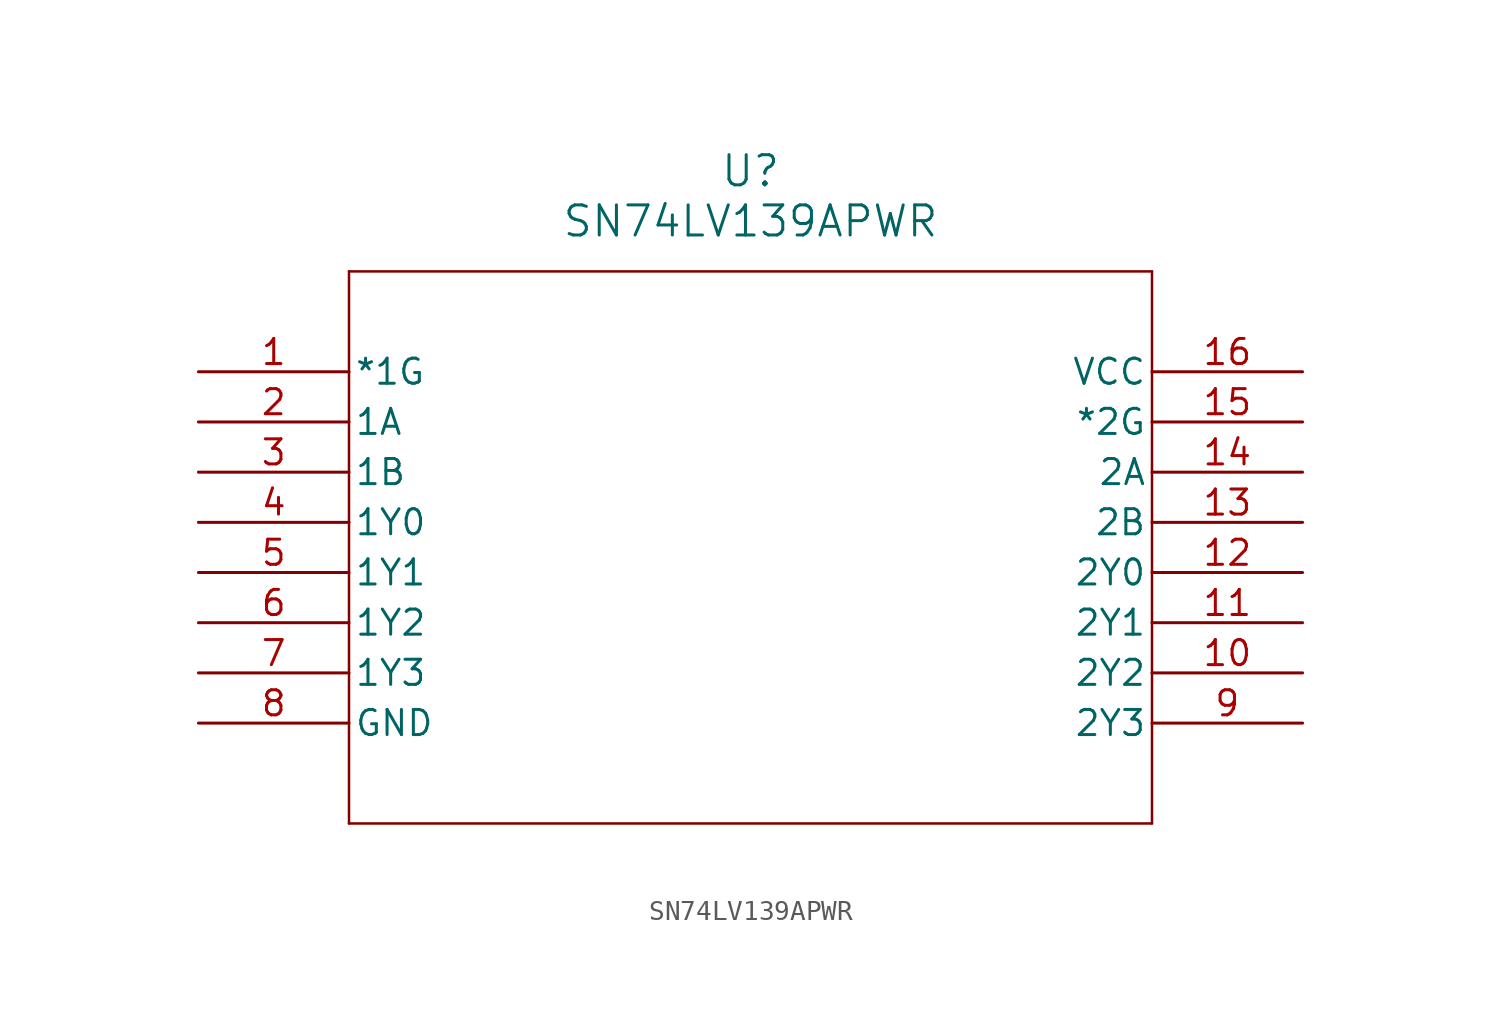
<source format=kicad_sym>
(kicad_symbol_lib
  (version 20211014)
  (generator kicad_symbol_editor)
  (symbol "SN74LV139APWR"
    (pin_names
      (offset 0.254))
    (property "Reference" "U"
      (at 27.94 10.16 0)
      (effects (font (size 1.524 1.524))))
    (property "Value" "SN74LV139APWR"
      (at 27.94 7.62 0)
      (effects (font (size 1.524 1.524))))
    (symbol "SN74LV139APWR_0_1"
      (polyline (pts (xy 7.62 5.08) (xy 7.62 -22.86)) (stroke (width 0.127) (type default) (color 0 0 0 0)) (fill (type none)))
      (polyline (pts (xy 7.62 -22.86) (xy 48.26 -22.86)) (stroke (width 0.127) (type default) (color 0 0 0 0)) (fill (type none)))
      (polyline (pts (xy 48.26 -22.86) (xy 48.26 5.08)) (stroke (width 0.127) (type default) (color 0 0 0 0)) (fill (type none)))
      (polyline (pts (xy 48.26 5.08) (xy 7.62 5.08)) (stroke (width 0.127) (type default) (color 0 0 0 0)) (fill (type none)))
      (pin input line (at 0 0 0) (length 7.62) (name "*1G" (effects (font (size 1.27 1.27)))) (number "1" (effects (font (size 1.27 1.27)))))
      (pin input line (at 0 -2.54 0) (length 7.62) (name "1A" (effects (font (size 1.27 1.27)))) (number "2" (effects (font (size 1.27 1.27)))))
      (pin input line (at 0 -5.08 0) (length 7.62) (name "1B" (effects (font (size 1.27 1.27)))) (number "3" (effects (font (size 1.27 1.27)))))
      (pin output line (at 0 -7.62 0) (length 7.62) (name "1Y0" (effects (font (size 1.27 1.27)))) (number "4" (effects (font (size 1.27 1.27)))))
      (pin output line (at 0 -10.16 0) (length 7.62) (name "1Y1" (effects (font (size 1.27 1.27)))) (number "5" (effects (font (size 1.27 1.27)))))
      (pin output line (at 0 -12.7 0) (length 7.62) (name "1Y2" (effects (font (size 1.27 1.27)))) (number "6" (effects (font (size 1.27 1.27)))))
      (pin output line (at 0 -15.24 0) (length 7.62) (name "1Y3" (effects (font (size 1.27 1.27)))) (number "7" (effects (font (size 1.27 1.27)))))
      (pin power_in line (at 0 -17.78 0) (length 7.62) (name "GND" (effects (font (size 1.27 1.27)))) (number "8" (effects (font (size 1.27 1.27)))))
      (pin output line (at 55.88 -17.78 180) (length 7.62) (name "2Y3" (effects (font (size 1.27 1.27)))) (number "9" (effects (font (size 1.27 1.27)))))
      (pin output line (at 55.88 -15.24 180) (length 7.62) (name "2Y2" (effects (font (size 1.27 1.27)))) (number "10" (effects (font (size 1.27 1.27)))))
      (pin output line (at 55.88 -12.7 180) (length 7.62) (name "2Y1" (effects (font (size 1.27 1.27)))) (number "11" (effects (font (size 1.27 1.27)))))
      (pin output line (at 55.88 -10.16 180) (length 7.62) (name "2Y0" (effects (font (size 1.27 1.27)))) (number "12" (effects (font (size 1.27 1.27)))))
      (pin input line (at 55.88 -7.62 180) (length 7.62) (name "2B" (effects (font (size 1.27 1.27)))) (number "13" (effects (font (size 1.27 1.27)))))
      (pin input line (at 55.88 -5.08 180) (length 7.62) (name "2A" (effects (font (size 1.27 1.27)))) (number "14" (effects (font (size 1.27 1.27)))))
      (pin input line (at 55.88 -2.54 180) (length 7.62) (name "*2G" (effects (font (size 1.27 1.27)))) (number "15" (effects (font (size 1.27 1.27)))))
      (pin power_in line (at 55.88 0 180) (length 7.62) (name "VCC" (effects (font (size 1.27 1.27)))) (number "16" (effects (font (size 1.27 1.27))))))))
</source>
